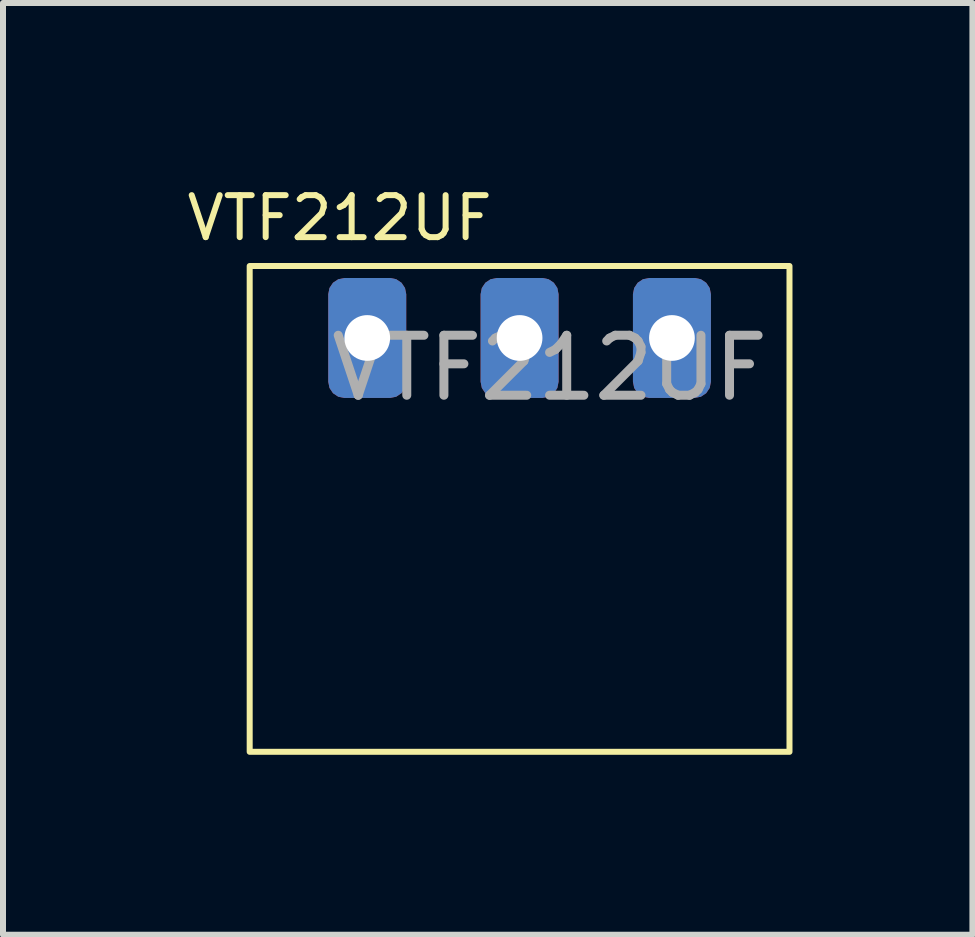
<source format=kicad_pcb>
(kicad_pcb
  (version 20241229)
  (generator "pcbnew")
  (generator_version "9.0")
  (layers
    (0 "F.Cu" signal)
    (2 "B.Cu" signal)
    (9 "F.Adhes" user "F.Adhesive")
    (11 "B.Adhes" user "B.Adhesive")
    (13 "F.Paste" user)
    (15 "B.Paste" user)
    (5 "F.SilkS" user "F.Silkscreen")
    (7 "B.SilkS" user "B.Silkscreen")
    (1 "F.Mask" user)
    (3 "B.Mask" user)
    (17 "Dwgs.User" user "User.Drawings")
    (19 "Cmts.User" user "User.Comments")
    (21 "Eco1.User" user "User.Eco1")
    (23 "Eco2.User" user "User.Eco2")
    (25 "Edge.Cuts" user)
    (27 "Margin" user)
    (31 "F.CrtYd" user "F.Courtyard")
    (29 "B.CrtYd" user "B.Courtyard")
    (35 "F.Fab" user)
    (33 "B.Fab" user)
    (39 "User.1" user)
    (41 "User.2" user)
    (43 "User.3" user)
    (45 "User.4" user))
  (footprint "VTF212UF"
    (layer "F.Cu")
    (at 5.613 2.585)
    (property "Reference" "VTF212UF" (at -3 -2 0) (unlocked yes) (layer "F.SilkS") (effects (font (size 0.7 0.7) (thickness 0.1))))
    (attr through_hole)
    (fp_rect (start -4.5 -1.2) (end 4.5 6.9) (stroke (width 0.1) (type default)) (fill no) (layer "F.SilkS"))
    (fp_text user "${REFERENCE}" (at 0.5 0.5 0) (unlocked yes) (layer "F.Fab") (effects (font (size 1 1) (thickness 0.15))))
    (pad "1" thru_hole roundrect (at -2.54 0) (size 1.3 2) (drill 0.762) (layers "*.Cu" "*.Mask") (roundrect_rratio 0.208))
    (pad "2" thru_hole roundrect (at 0 0) (size 1.3 2) (drill 0.762) (layers "*.Cu" "*.Mask") (roundrect_rratio 0.208))
    (pad "3" thru_hole roundrect (at 2.54 0) (size 1.3 2) (drill 0.762) (layers "*.Cu" "*.Mask") (roundrect_rratio 0.208)))
  (gr_rect
    (start -3 -3)
    (end 13.163 12.535)
    (stroke (width 0.1) (type default))
    (fill no)
    (layer "Edge.Cuts")))
</source>
